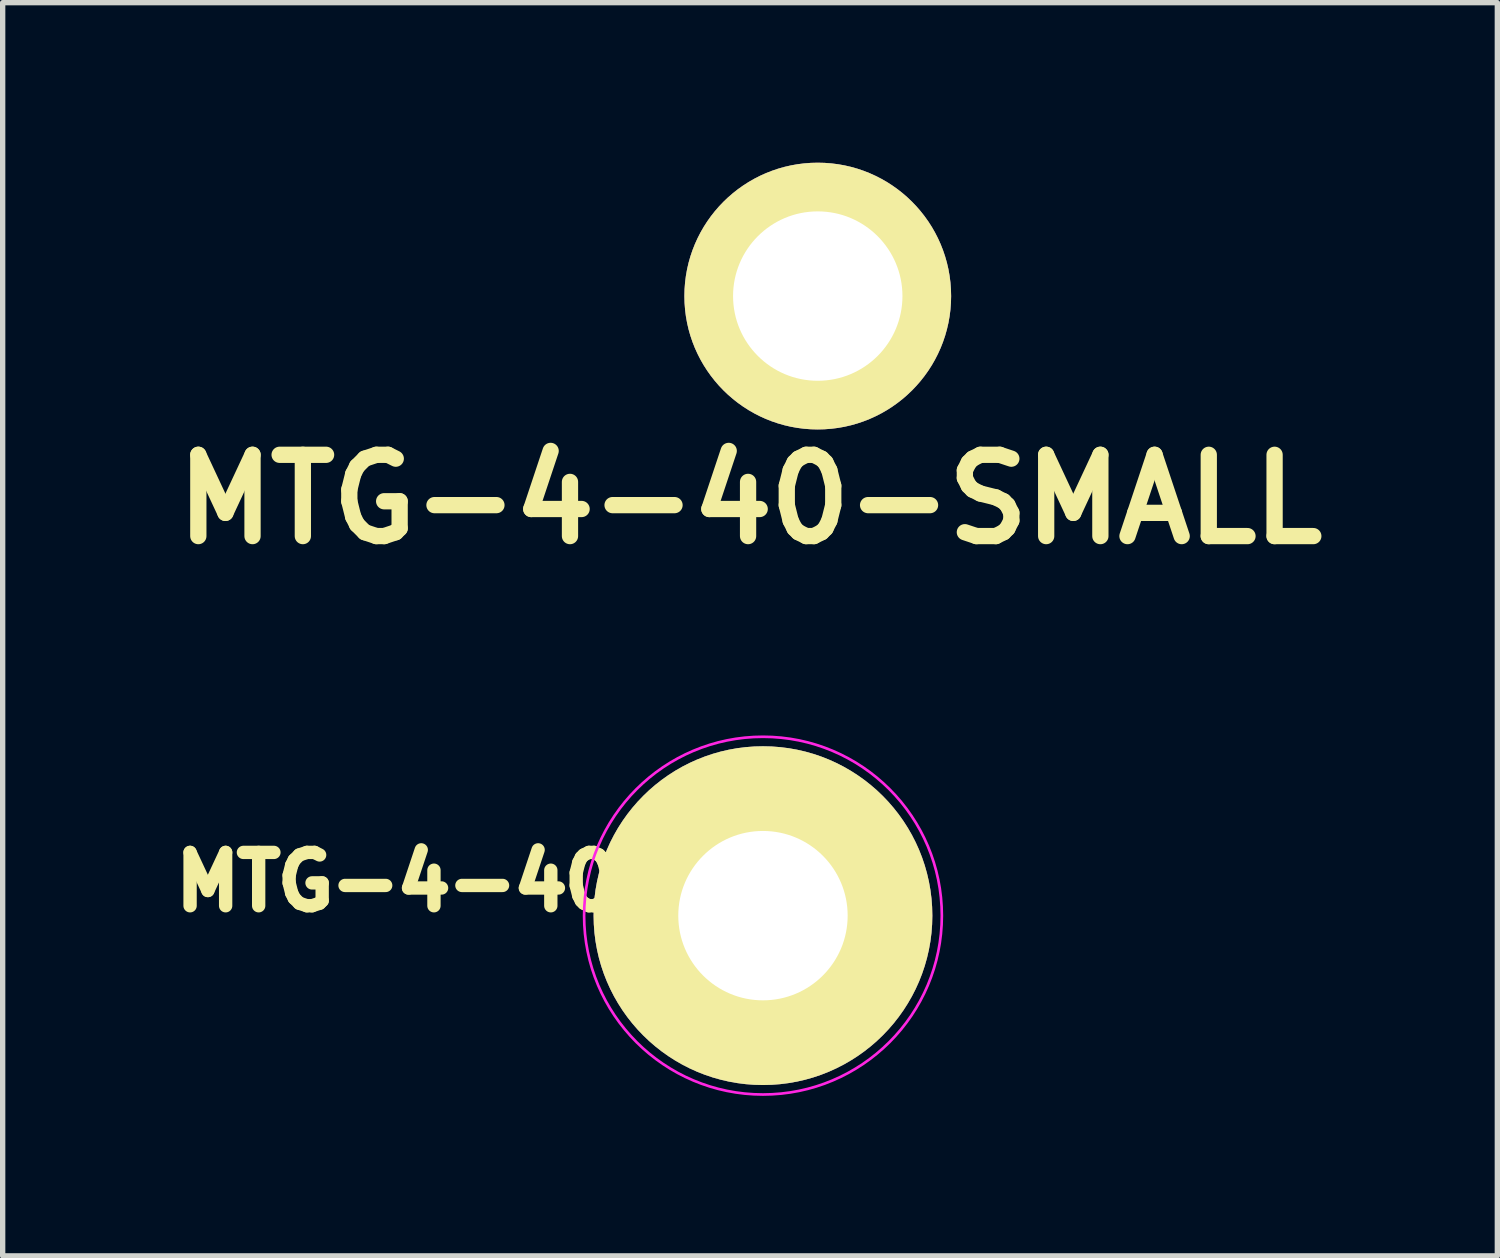
<source format=kicad_pcb>
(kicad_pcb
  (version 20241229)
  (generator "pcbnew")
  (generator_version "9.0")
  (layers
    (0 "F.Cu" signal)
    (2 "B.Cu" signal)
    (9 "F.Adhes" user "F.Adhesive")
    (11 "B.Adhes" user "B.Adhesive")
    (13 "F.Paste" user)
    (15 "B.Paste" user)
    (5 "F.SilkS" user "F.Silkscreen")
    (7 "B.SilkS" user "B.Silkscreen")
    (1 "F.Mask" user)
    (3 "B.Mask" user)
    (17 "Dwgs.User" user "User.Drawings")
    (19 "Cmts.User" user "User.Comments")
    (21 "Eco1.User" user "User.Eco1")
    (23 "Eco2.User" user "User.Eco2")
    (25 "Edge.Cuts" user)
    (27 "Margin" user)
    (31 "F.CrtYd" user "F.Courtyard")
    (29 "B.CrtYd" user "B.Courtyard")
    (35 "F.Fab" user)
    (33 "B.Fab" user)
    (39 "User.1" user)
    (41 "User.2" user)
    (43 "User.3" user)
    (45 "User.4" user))
  (footprint "MTG-4-40"
    (layer "F.Cu")
    (at 11.252 14.114)
    (property "Reference" "MTG-4-40" (at -6.858 -0.635 0) (layer "F.SilkS") (effects (font (size 1 1) (thickness 0.25))))
    (attr through_hole)
    (fp_circle (center 0 0) (end 3.353 0) (stroke (width 0.05) (type solid)) (fill no) (layer "F.CrtYd"))
    (pad "1" thru_hole circle (at 0 0) (size 6.35 6.35) (drill 3.175) (layers "*.Cu" "*.Mask" "F.SilkS")))
  (footprint "MTG-4-40-SMALL"
    (layer "F.Cu")
    (at 12.279 2.5)
    (property "Reference" "MTG-4-40-SMALL" (at -1.27 3.81 0) (layer "F.SilkS") (effects (font (size 1.524 1.524) (thickness 0.305))))
    (attr through_hole)
    (pad "1" thru_hole circle (at 0 0) (size 5 5) (drill 3.175) (layers "*.Cu" "*.Mask" "F.SilkS")))
  (gr_rect
    (start -3 -3)
    (end 25.018 20.492)
    (stroke (width 0.1) (type default))
    (fill no)
    (layer "Edge.Cuts")))
</source>
